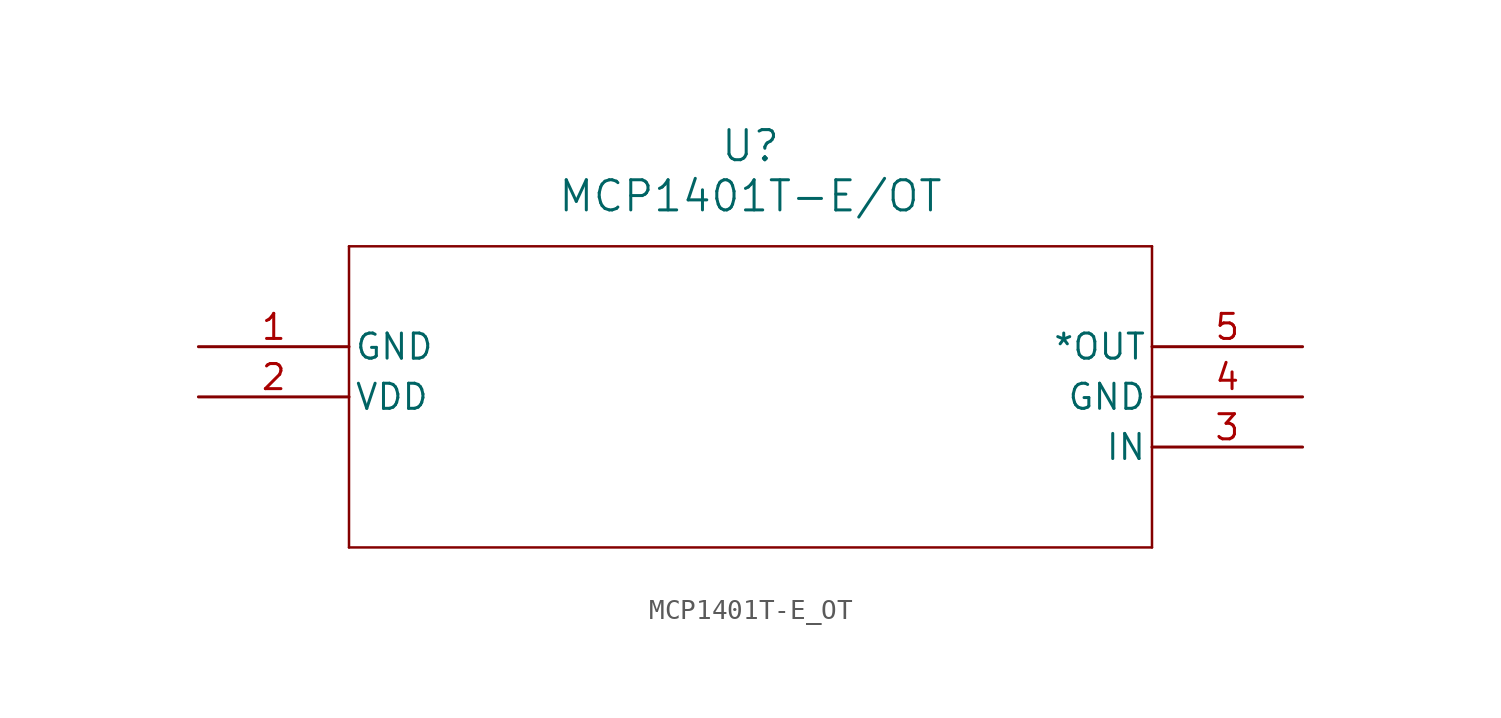
<source format=kicad_sym>
(kicad_symbol_lib
  (version 20211014)
  (generator kicad_symbol_editor)
  (symbol "MCP1401T-E_OT"
    (pin_names
      (offset 0.254))
    (property "Reference" "U"
      (at 27.94 10.16 0)
      (effects (font (size 1.524 1.524))))
    (property "Value" "MCP1401T-E/OT"
      (at 27.94 7.62 0)
      (effects (font (size 1.524 1.524))))
    (symbol "MCP1401T-E_OT_0_1"
      (polyline (pts (xy 7.62 5.08) (xy 7.62 -10.16)) (stroke (width 0.127) (type default) (color 0 0 0 0)) (fill (type none)))
      (polyline (pts (xy 7.62 -10.16) (xy 48.26 -10.16)) (stroke (width 0.127) (type default) (color 0 0 0 0)) (fill (type none)))
      (polyline (pts (xy 48.26 -10.16) (xy 48.26 5.08)) (stroke (width 0.127) (type default) (color 0 0 0 0)) (fill (type none)))
      (polyline (pts (xy 48.26 5.08) (xy 7.62 5.08)) (stroke (width 0.127) (type default) (color 0 0 0 0)) (fill (type none)))
      (pin unspecified line (at 0 0 0) (length 7.62) (name "GND" (effects (font (size 1.27 1.27)))) (number "1" (effects (font (size 1.27 1.27)))))
      (pin unspecified line (at 0 -2.54 0) (length 7.62) (name "VDD" (effects (font (size 1.27 1.27)))) (number "2" (effects (font (size 1.27 1.27)))))
      (pin unspecified line (at 55.88 -5.08 180) (length 7.62) (name "IN" (effects (font (size 1.27 1.27)))) (number "3" (effects (font (size 1.27 1.27)))))
      (pin unspecified line (at 55.88 -2.54 180) (length 7.62) (name "GND" (effects (font (size 1.27 1.27)))) (number "4" (effects (font (size 1.27 1.27)))))
      (pin unspecified line (at 55.88 0 180) (length 7.62) (name "*OUT" (effects (font (size 1.27 1.27)))) (number "5" (effects (font (size 1.27 1.27))))))))
</source>
